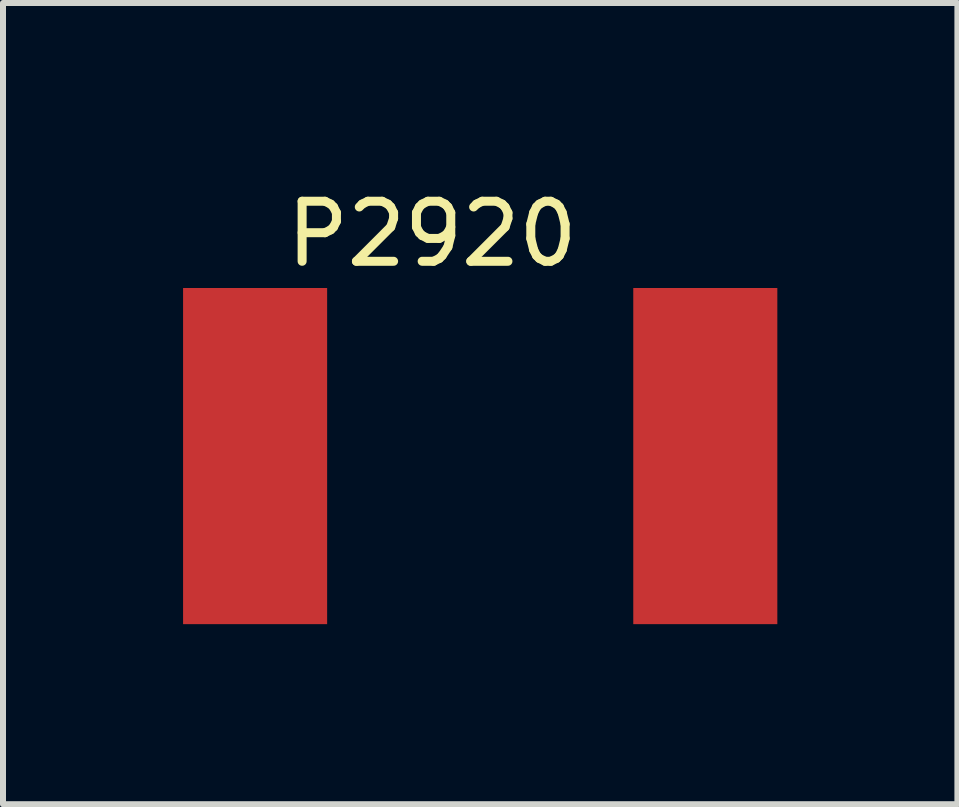
<source format=kicad_pcb>
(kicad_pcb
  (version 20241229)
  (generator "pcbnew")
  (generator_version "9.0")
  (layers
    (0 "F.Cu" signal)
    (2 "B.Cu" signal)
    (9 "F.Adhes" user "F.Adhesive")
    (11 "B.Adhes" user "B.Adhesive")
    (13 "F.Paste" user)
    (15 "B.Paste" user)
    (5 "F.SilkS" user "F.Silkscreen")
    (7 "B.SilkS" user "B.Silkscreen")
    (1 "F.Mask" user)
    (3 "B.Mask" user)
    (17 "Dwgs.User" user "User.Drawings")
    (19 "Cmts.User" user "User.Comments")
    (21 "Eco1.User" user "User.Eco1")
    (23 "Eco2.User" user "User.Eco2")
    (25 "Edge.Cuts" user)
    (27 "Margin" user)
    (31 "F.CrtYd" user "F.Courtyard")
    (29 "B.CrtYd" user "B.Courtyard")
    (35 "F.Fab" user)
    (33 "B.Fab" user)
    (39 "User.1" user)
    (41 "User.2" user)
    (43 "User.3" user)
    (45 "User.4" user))
  (footprint "P2920"
    (layer "F.Cu")
    (at 4.95 4.548)
    (property "Reference" "P2920" (at -0.8 -3.7 0) (layer "F.SilkS") (effects (font (size 1 1) (thickness 0.15))))
    (attr through_hole)
    (pad "1" smd rect (at -3.75 0) (size 2.4 5.6) (layers "F.Cu" "F.Mask" "F.Paste"))
    (pad "2" smd rect (at 3.75 0) (size 2.4 5.6) (layers "F.Cu" "F.Mask" "F.Paste")))
  (gr_rect
    (start -3 -3)
    (end 12.9 10.348)
    (stroke (width 0.1) (type default))
    (fill no)
    (layer "Edge.Cuts")))
</source>
